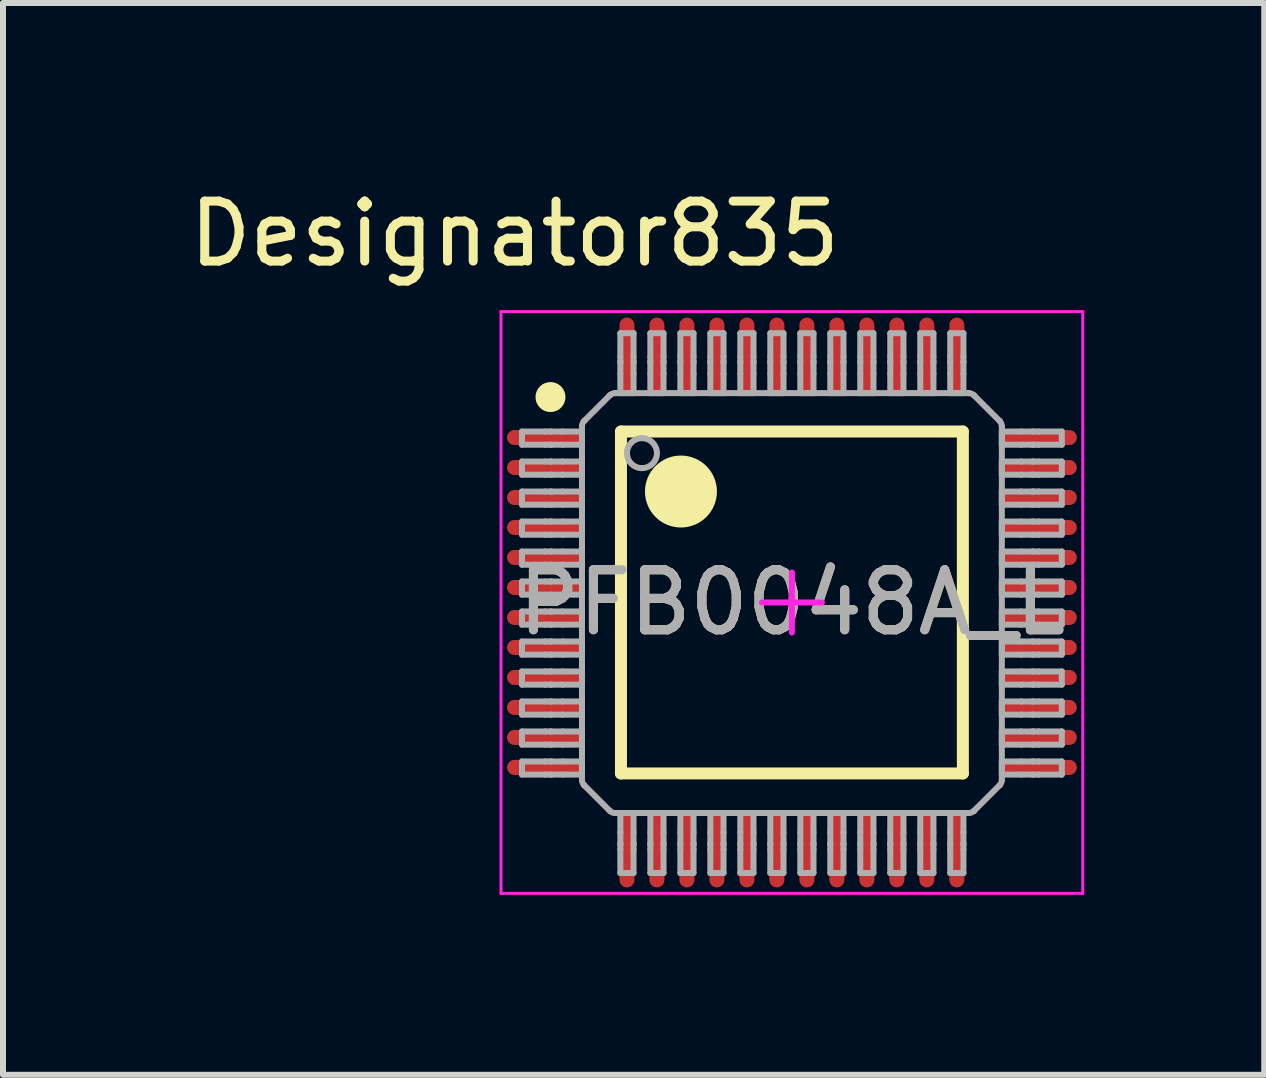
<source format=kicad_pcb>
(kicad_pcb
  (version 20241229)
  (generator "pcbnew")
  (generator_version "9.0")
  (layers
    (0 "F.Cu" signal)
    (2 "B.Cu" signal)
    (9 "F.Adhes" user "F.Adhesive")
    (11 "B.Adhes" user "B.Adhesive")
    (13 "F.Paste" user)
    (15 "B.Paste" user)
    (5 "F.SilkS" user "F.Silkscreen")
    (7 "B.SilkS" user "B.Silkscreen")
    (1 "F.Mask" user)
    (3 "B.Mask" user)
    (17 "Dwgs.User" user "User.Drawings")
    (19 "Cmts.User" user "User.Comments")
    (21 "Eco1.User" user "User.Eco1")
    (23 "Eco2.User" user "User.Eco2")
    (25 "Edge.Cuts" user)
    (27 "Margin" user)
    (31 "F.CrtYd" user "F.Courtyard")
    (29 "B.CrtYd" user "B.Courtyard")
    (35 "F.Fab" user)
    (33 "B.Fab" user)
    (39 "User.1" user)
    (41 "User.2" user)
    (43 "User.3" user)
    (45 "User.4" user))
  (footprint "PFB0048A_L"
    (layer "F.Cu")
    (at 10.153 6.995)
    (property "Reference" "PFB0048A_L" (at 0 0 0) (unlocked yes) (layer "F.SilkS") (effects (font (size 1 1) (thickness 0.15))))
    (attr smd)
    (fp_line (start -2.85 -2.85) (end 2.85 -2.85) (stroke (width 0.2) (type solid)) (layer "F.SilkS"))
    (fp_line (start -2.85 2.85) (end -2.85 -2.85) (stroke (width 0.2) (type solid)) (layer "F.SilkS"))
    (fp_line (start -2.85 2.85) (end 2.85 2.85) (stroke (width 0.2) (type solid)) (layer "F.SilkS"))
    (fp_line (start 2.85 2.85) (end 2.85 -2.85) (stroke (width 0.2) (type solid)) (layer "F.SilkS"))
    (fp_circle (center -4.025 -3.425) (end -3.9 -3.425) (stroke (width 0.25) (type solid)) (fill no) (layer "F.SilkS"))
    (fp_circle (center -1.85 -1.85) (end -1.55 -1.85) (stroke (width 0.6) (type solid)) (fill no) (layer "F.SilkS"))
    (fp_line (start -4.85 -4.85) (end 4.85 -4.85) (stroke (width 0.05) (type solid)) (layer "F.CrtYd"))
    (fp_line (start -4.85 4.85) (end -4.85 -4.85) (stroke (width 0.05) (type solid)) (layer "F.CrtYd"))
    (fp_line (start -4.85 4.85) (end 4.85 4.85) (stroke (width 0.05) (type solid)) (layer "F.CrtYd"))
    (fp_line (start -0.5 0.000003) (end 0.5 0.000003) (stroke (width 0.1) (type solid)) (layer "F.CrtYd"))
    (fp_line (start 0 0.5) (end 0 -0.5) (stroke (width 0.1) (type solid)) (layer "F.CrtYd"))
    (fp_line (start 4.85 4.85) (end 4.85 -4.85) (stroke (width 0.05) (type solid)) (layer "F.CrtYd"))
    (fp_line (start -4.5 -2.85) (end -4.11 -2.85) (stroke (width 0.1) (type solid)) (layer "F.Fab"))
    (fp_line (start -4.5 -2.63) (end -4.5 -2.85) (stroke (width 0.1) (type solid)) (layer "F.Fab"))
    (fp_line (start -4.5 -2.63) (end -4.11 -2.63) (stroke (width 0.1) (type solid)) (layer "F.Fab"))
    (fp_line (start -4.5 -2.35) (end -4.11 -2.35) (stroke (width 0.1) (type solid)) (layer "F.Fab"))
    (fp_line (start -4.5 -2.13) (end -4.5 -2.35) (stroke (width 0.1) (type solid)) (layer "F.Fab"))
    (fp_line (start -4.5 -2.13) (end -4.11 -2.13) (stroke (width 0.1) (type solid)) (layer "F.Fab"))
    (fp_line (start -4.5 -1.85) (end -4.11 -1.85) (stroke (width 0.1) (type solid)) (layer "F.Fab"))
    (fp_line (start -4.5 -1.63) (end -4.5 -1.85) (stroke (width 0.1) (type solid)) (layer "F.Fab"))
    (fp_line (start -4.5 -1.63) (end -4.11 -1.63) (stroke (width 0.1) (type solid)) (layer "F.Fab"))
    (fp_line (start -4.5 -1.35) (end -4.11 -1.35) (stroke (width 0.1) (type solid)) (layer "F.Fab"))
    (fp_line (start -4.5 -1.13) (end -4.5 -1.35) (stroke (width 0.1) (type solid)) (layer "F.Fab"))
    (fp_line (start -4.5 -1.13) (end -4.11 -1.13) (stroke (width 0.1) (type solid)) (layer "F.Fab"))
    (fp_line (start -4.5 -0.85) (end -4.11 -0.85) (stroke (width 0.1) (type solid)) (layer "F.Fab"))
    (fp_line (start -4.5 -0.63) (end -4.5 -0.85) (stroke (width 0.1) (type solid)) (layer "F.Fab"))
    (fp_line (start -4.5 -0.63) (end -4.11 -0.63) (stroke (width 0.1) (type solid)) (layer "F.Fab"))
    (fp_line (start -4.5 -0.35) (end -4.11 -0.35) (stroke (width 0.1) (type solid)) (layer "F.Fab"))
    (fp_line (start -4.5 -0.13) (end -4.5 -0.35) (stroke (width 0.1) (type solid)) (layer "F.Fab"))
    (fp_line (start -4.5 -0.13) (end -4.11 -0.13) (stroke (width 0.1) (type solid)) (layer "F.Fab"))
    (fp_line (start -4.5 0.15) (end -4.11 0.15) (stroke (width 0.1) (type solid)) (layer "F.Fab"))
    (fp_line (start -4.5 0.37) (end -4.5 0.15) (stroke (width 0.1) (type solid)) (layer "F.Fab"))
    (fp_line (start -4.5 0.37) (end -4.11 0.37) (stroke (width 0.1) (type solid)) (layer "F.Fab"))
    (fp_line (start -4.5 0.65) (end -4.11 0.65) (stroke (width 0.1) (type solid)) (layer "F.Fab"))
    (fp_line (start -4.5 0.87) (end -4.5 0.65) (stroke (width 0.1) (type solid)) (layer "F.Fab"))
    (fp_line (start -4.5 0.87) (end -4.11 0.87) (stroke (width 0.1) (type solid)) (layer "F.Fab"))
    (fp_line (start -4.5 1.15) (end -4.11 1.15) (stroke (width 0.1) (type solid)) (layer "F.Fab"))
    (fp_line (start -4.5 1.37) (end -4.5 1.15) (stroke (width 0.1) (type solid)) (layer "F.Fab"))
    (fp_line (start -4.5 1.37) (end -4.11 1.37) (stroke (width 0.1) (type solid)) (layer "F.Fab"))
    (fp_line (start -4.5 1.65) (end -4.11 1.65) (stroke (width 0.1) (type solid)) (layer "F.Fab"))
    (fp_line (start -4.5 1.87) (end -4.5 1.65) (stroke (width 0.1) (type solid)) (layer "F.Fab"))
    (fp_line (start -4.5 1.87) (end -4.11 1.87) (stroke (width 0.1) (type solid)) (layer "F.Fab"))
    (fp_line (start -4.5 2.15) (end -4.11 2.15) (stroke (width 0.1) (type solid)) (layer "F.Fab"))
    (fp_line (start -4.5 2.37) (end -4.5 2.15) (stroke (width 0.1) (type solid)) (layer "F.Fab"))
    (fp_line (start -4.5 2.37) (end -4.11 2.37) (stroke (width 0.1) (type solid)) (layer "F.Fab"))
    (fp_line (start -4.5 2.65) (end -4.11 2.65) (stroke (width 0.1) (type solid)) (layer "F.Fab"))
    (fp_line (start -4.5 2.87) (end -4.5 2.65) (stroke (width 0.1) (type solid)) (layer "F.Fab"))
    (fp_line (start -4.5 2.87) (end -4.11 2.87) (stroke (width 0.1) (type solid)) (layer "F.Fab"))
    (fp_line (start -4.11 -2.85) (end -4.03 -2.85) (stroke (width 0.1) (type solid)) (layer "F.Fab"))
    (fp_line (start -4.11 -2.63) (end -4.03 -2.63) (stroke (width 0.1) (type solid)) (layer "F.Fab"))
    (fp_line (start -4.11 -2.35) (end -4.03 -2.35) (stroke (width 0.1) (type solid)) (layer "F.Fab"))
    (fp_line (start -4.11 -2.13) (end -4.03 -2.13) (stroke (width 0.1) (type solid)) (layer "F.Fab"))
    (fp_line (start -4.11 -1.85) (end -4.03 -1.85) (stroke (width 0.1) (type solid)) (layer "F.Fab"))
    (fp_line (start -4.11 -1.63) (end -4.03 -1.63) (stroke (width 0.1) (type solid)) (layer "F.Fab"))
    (fp_line (start -4.11 -1.35) (end -4.03 -1.35) (stroke (width 0.1) (type solid)) (layer "F.Fab"))
    (fp_line (start -4.11 -1.13) (end -4.03 -1.13) (stroke (width 0.1) (type solid)) (layer "F.Fab"))
    (fp_line (start -4.11 -0.85) (end -4.03 -0.85) (stroke (width 0.1) (type solid)) (layer "F.Fab"))
    (fp_line (start -4.11 -0.63) (end -4.03 -0.63) (stroke (width 0.1) (type solid)) (layer "F.Fab"))
    (fp_line (start -4.11 -0.35) (end -4.03 -0.35) (stroke (width 0.1) (type solid)) (layer "F.Fab"))
    (fp_line (start -4.11 -0.13) (end -4.03 -0.13) (stroke (width 0.1) (type solid)) (layer "F.Fab"))
    (fp_line (start -4.11 0.15) (end -4.03 0.15) (stroke (width 0.1) (type solid)) (layer "F.Fab"))
    (fp_line (start -4.11 0.37) (end -4.03 0.37) (stroke (width 0.1) (type solid)) (layer "F.Fab"))
    (fp_line (start -4.11 0.65) (end -4.03 0.65) (stroke (width 0.1) (type solid)) (layer "F.Fab"))
    (fp_line (start -4.11 0.87) (end -4.03 0.87) (stroke (width 0.1) (type solid)) (layer "F.Fab"))
    (fp_line (start -4.11 1.15) (end -4.03 1.15) (stroke (width 0.1) (type solid)) (layer "F.Fab"))
    (fp_line (start -4.11 1.37) (end -4.03 1.37) (stroke (width 0.1) (type solid)) (layer "F.Fab"))
    (fp_line (start -4.11 1.65) (end -4.03 1.65) (stroke (width 0.1) (type solid)) (layer "F.Fab"))
    (fp_line (start -4.11 1.87) (end -4.03 1.87) (stroke (width 0.1) (type solid)) (layer "F.Fab"))
    (fp_line (start -4.11 2.15) (end -4.03 2.15) (stroke (width 0.1) (type solid)) (layer "F.Fab"))
    (fp_line (start -4.11 2.37) (end -4.03 2.37) (stroke (width 0.1) (type solid)) (layer "F.Fab"))
    (fp_line (start -4.11 2.65) (end -4.03 2.65) (stroke (width 0.1) (type solid)) (layer "F.Fab"))
    (fp_line (start -4.11 2.87) (end -4.03 2.87) (stroke (width 0.1) (type solid)) (layer "F.Fab"))
    (fp_line (start -4.03 -2.85) (end -4.008 -2.85) (stroke (width 0.1) (type solid)) (layer "F.Fab"))
    (fp_line (start -4.03 -2.63) (end -4.008 -2.63) (stroke (width 0.1) (type solid)) (layer "F.Fab"))
    (fp_line (start -4.03 -2.35) (end -4.008 -2.35) (stroke (width 0.1) (type solid)) (layer "F.Fab"))
    (fp_line (start -4.03 -2.13) (end -4.008 -2.13) (stroke (width 0.1) (type solid)) (layer "F.Fab"))
    (fp_line (start -4.03 -1.85) (end -4.008 -1.85) (stroke (width 0.1) (type solid)) (layer "F.Fab"))
    (fp_line (start -4.03 -1.63) (end -4.008 -1.63) (stroke (width 0.1) (type solid)) (layer "F.Fab"))
    (fp_line (start -4.03 -1.35) (end -4.008 -1.35) (stroke (width 0.1) (type solid)) (layer "F.Fab"))
    (fp_line (start -4.03 -1.13) (end -4.008 -1.13) (stroke (width 0.1) (type solid)) (layer "F.Fab"))
    (fp_line (start -4.03 -0.85) (end -4.008 -0.85) (stroke (width 0.1) (type solid)) (layer "F.Fab"))
    (fp_line (start -4.03 -0.63) (end -4.008 -0.63) (stroke (width 0.1) (type solid)) (layer "F.Fab"))
    (fp_line (start -4.03 -0.35) (end -4.008 -0.35) (stroke (width 0.1) (type solid)) (layer "F.Fab"))
    (fp_line (start -4.03 -0.13) (end -4.008 -0.13) (stroke (width 0.1) (type solid)) (layer "F.Fab"))
    (fp_line (start -4.03 0.15) (end -4.008 0.15) (stroke (width 0.1) (type solid)) (layer "F.Fab"))
    (fp_line (start -4.03 0.37) (end -4.008 0.37) (stroke (width 0.1) (type solid)) (layer "F.Fab"))
    (fp_line (start -4.03 0.65) (end -4.008 0.65) (stroke (width 0.1) (type solid)) (layer "F.Fab"))
    (fp_line (start -4.03 0.87) (end -4.008 0.87) (stroke (width 0.1) (type solid)) (layer "F.Fab"))
    (fp_line (start -4.03 1.15) (end -4.008 1.15) (stroke (width 0.1) (type solid)) (layer "F.Fab"))
    (fp_line (start -4.03 1.37) (end -4.008 1.37) (stroke (width 0.1) (type solid)) (layer "F.Fab"))
    (fp_line (start -4.03 1.65) (end -4.008 1.65) (stroke (width 0.1) (type solid)) (layer "F.Fab"))
    (fp_line (start -4.03 1.87) (end -4.008 1.87) (stroke (width 0.1) (type solid)) (layer "F.Fab"))
    (fp_line (start -4.03 2.15) (end -4.008 2.15) (stroke (width 0.1) (type solid)) (layer "F.Fab"))
    (fp_line (start -4.03 2.37) (end -4.008 2.37) (stroke (width 0.1) (type solid)) (layer "F.Fab"))
    (fp_line (start -4.03 2.65) (end -4.008 2.65) (stroke (width 0.1) (type solid)) (layer "F.Fab"))
    (fp_line (start -4.03 2.87) (end -4.008 2.87) (stroke (width 0.1) (type solid)) (layer "F.Fab"))
    (fp_line (start -4.008 -2.85) (end -3.823 -2.85) (stroke (width 0.1) (type solid)) (layer "F.Fab"))
    (fp_line (start -4.008 -2.63) (end -3.823 -2.63) (stroke (width 0.1) (type solid)) (layer "F.Fab"))
    (fp_line (start -4.008 -2.35) (end -3.823 -2.35) (stroke (width 0.1) (type solid)) (layer "F.Fab"))
    (fp_line (start -4.008 -2.13) (end -3.823 -2.13) (stroke (width 0.1) (type solid)) (layer "F.Fab"))
    (fp_line (start -4.008 -1.85) (end -3.823 -1.85) (stroke (width 0.1) (type solid)) (layer "F.Fab"))
    (fp_line (start -4.008 -1.63) (end -3.823 -1.63) (stroke (width 0.1) (type solid)) (layer "F.Fab"))
    (fp_line (start -4.008 -1.35) (end -3.823 -1.35) (stroke (width 0.1) (type solid)) (layer "F.Fab"))
    (fp_line (start -4.008 -1.13) (end -3.823 -1.13) (stroke (width 0.1) (type solid)) (layer "F.Fab"))
    (fp_line (start -4.008 -0.85) (end -3.823 -0.85) (stroke (width 0.1) (type solid)) (layer "F.Fab"))
    (fp_line (start -4.008 -0.63) (end -3.823 -0.63) (stroke (width 0.1) (type solid)) (layer "F.Fab"))
    (fp_line (start -4.008 -0.35) (end -3.823 -0.35) (stroke (width 0.1) (type solid)) (layer "F.Fab"))
    (fp_line (start -4.008 -0.13) (end -3.823 -0.13) (stroke (width 0.1) (type solid)) (layer "F.Fab"))
    (fp_line (start -4.008 0.15) (end -3.823 0.15) (stroke (width 0.1) (type solid)) (layer "F.Fab"))
    (fp_line (start -4.008 0.37) (end -3.823 0.37) (stroke (width 0.1) (type solid)) (layer "F.Fab"))
    (fp_line (start -4.008 0.65) (end -3.823 0.65) (stroke (width 0.1) (type solid)) (layer "F.Fab"))
    (fp_line (start -4.008 0.87) (end -3.823 0.87) (stroke (width 0.1) (type solid)) (layer "F.Fab"))
    (fp_line (start -4.008 1.15) (end -3.823 1.15) (stroke (width 0.1) (type solid)) (layer "F.Fab"))
    (fp_line (start -4.008 1.37) (end -3.823 1.37) (stroke (width 0.1) (type solid)) (layer "F.Fab"))
    (fp_line (start -4.008 1.65) (end -3.823 1.65) (stroke (width 0.1) (type solid)) (layer "F.Fab"))
    (fp_line (start -4.008 1.87) (end -3.823 1.87) (stroke (width 0.1) (type solid)) (layer "F.Fab"))
    (fp_line (start -4.008 2.15) (end -3.823 2.15) (stroke (width 0.1) (type solid)) (layer "F.Fab"))
    (fp_line (start -4.008 2.37) (end -3.823 2.37) (stroke (width 0.1) (type solid)) (layer "F.Fab"))
    (fp_line (start -4.008 2.65) (end -3.823 2.65) (stroke (width 0.1) (type solid)) (layer "F.Fab"))
    (fp_line (start -4.008 2.87) (end -3.823 2.87) (stroke (width 0.1) (type solid)) (layer "F.Fab"))
    (fp_line (start -3.823 -2.85) (end -3.5 -2.85) (stroke (width 0.1) (type solid)) (layer "F.Fab"))
    (fp_line (start -3.823 -2.63) (end -3.5 -2.63) (stroke (width 0.1) (type solid)) (layer "F.Fab"))
    (fp_line (start -3.823 -2.35) (end -3.5 -2.35) (stroke (width 0.1) (type solid)) (layer "F.Fab"))
    (fp_line (start -3.823 -2.13) (end -3.5 -2.13) (stroke (width 0.1) (type solid)) (layer "F.Fab"))
    (fp_line (start -3.823 -1.85) (end -3.5 -1.85) (stroke (width 0.1) (type solid)) (layer "F.Fab"))
    (fp_line (start -3.823 -1.63) (end -3.5 -1.63) (stroke (width 0.1) (type solid)) (layer "F.Fab"))
    (fp_line (start -3.823 -1.35) (end -3.5 -1.35) (stroke (width 0.1) (type solid)) (layer "F.Fab"))
    (fp_line (start -3.823 -1.13) (end -3.5 -1.13) (stroke (width 0.1) (type solid)) (layer "F.Fab"))
    (fp_line (start -3.823 -0.85) (end -3.5 -0.85) (stroke (width 0.1) (type solid)) (layer "F.Fab"))
    (fp_line (start -3.823 -0.63) (end -3.5 -0.63) (stroke (width 0.1) (type solid)) (layer "F.Fab"))
    (fp_line (start -3.823 -0.35) (end -3.5 -0.35) (stroke (width 0.1) (type solid)) (layer "F.Fab"))
    (fp_line (start -3.823 -0.13) (end -3.5 -0.13) (stroke (width 0.1) (type solid)) (layer "F.Fab"))
    (fp_line (start -3.823 0.15) (end -3.5 0.15) (stroke (width 0.1) (type solid)) (layer "F.Fab"))
    (fp_line (start -3.823 0.37) (end -3.5 0.37) (stroke (width 0.1) (type solid)) (layer "F.Fab"))
    (fp_line (start -3.823 0.65) (end -3.5 0.65) (stroke (width 0.1) (type solid)) (layer "F.Fab"))
    (fp_line (start -3.823 0.87) (end -3.5 0.87) (stroke (width 0.1) (type solid)) (layer "F.Fab"))
    (fp_line (start -3.823 1.15) (end -3.5 1.15) (stroke (width 0.1) (type solid)) (layer "F.Fab"))
    (fp_line (start -3.823 1.37) (end -3.5 1.37) (stroke (width 0.1) (type solid)) (layer "F.Fab"))
    (fp_line (start -3.823 1.65) (end -3.5 1.65) (stroke (width 0.1) (type solid)) (layer "F.Fab"))
    (fp_line (start -3.823 1.87) (end -3.5 1.87) (stroke (width 0.1) (type solid)) (layer "F.Fab"))
    (fp_line (start -3.823 2.15) (end -3.5 2.15) (stroke (width 0.1) (type solid)) (layer "F.Fab"))
    (fp_line (start -3.823 2.37) (end -3.5 2.37) (stroke (width 0.1) (type solid)) (layer "F.Fab"))
    (fp_line (start -3.823 2.65) (end -3.5 2.65) (stroke (width 0.1) (type solid)) (layer "F.Fab"))
    (fp_line (start -3.823 2.87) (end -3.5 2.87) (stroke (width 0.1) (type solid)) (layer "F.Fab"))
    (fp_line (start -3.5 -2.937) (end -3.5 -2.939) (stroke (width 0.1) (type solid)) (layer "F.Fab"))
    (fp_line (start -3.5 -2.63) (end -3.5 -2.85) (stroke (width 0.1) (type solid)) (layer "F.Fab"))
    (fp_line (start -3.5 -2.13) (end -3.5 -2.35) (stroke (width 0.1) (type solid)) (layer "F.Fab"))
    (fp_line (start -3.5 -1.63) (end -3.5 -1.85) (stroke (width 0.1) (type solid)) (layer "F.Fab"))
    (fp_line (start -3.5 -1.13) (end -3.5 -1.35) (stroke (width 0.1) (type solid)) (layer "F.Fab"))
    (fp_line (start -3.5 -0.63) (end -3.5 -0.85) (stroke (width 0.1) (type solid)) (layer "F.Fab"))
    (fp_line (start -3.5 -0.13) (end -3.5 -0.35) (stroke (width 0.1) (type solid)) (layer "F.Fab"))
    (fp_line (start -3.5 0.37) (end -3.5 0.15) (stroke (width 0.1) (type solid)) (layer "F.Fab"))
    (fp_line (start -3.5 0.87) (end -3.5 0.65) (stroke (width 0.1) (type solid)) (layer "F.Fab"))
    (fp_line (start -3.5 1.37) (end -3.5 1.15) (stroke (width 0.1) (type solid)) (layer "F.Fab"))
    (fp_line (start -3.5 1.87) (end -3.5 1.65) (stroke (width 0.1) (type solid)) (layer "F.Fab"))
    (fp_line (start -3.5 2.37) (end -3.5 2.15) (stroke (width 0.1) (type solid)) (layer "F.Fab"))
    (fp_line (start -3.5 2.87) (end -3.5 2.65) (stroke (width 0.1) (type solid)) (layer "F.Fab"))
    (fp_line (start -3.5 2.957) (end -3.5 -2.937) (stroke (width 0.1) (type solid)) (layer "F.Fab"))
    (fp_line (start -3.5 2.957) (end -3.5 2.959) (stroke (width 0.1) (type solid)) (layer "F.Fab"))
    (fp_line (start -3.464 -3.026) (end -3.463 -3.027) (stroke (width 0.1) (type solid)) (layer "F.Fab"))
    (fp_line (start -3.464 3.046) (end -3.463 3.047) (stroke (width 0.1) (type solid)) (layer "F.Fab"))
    (fp_line (start -3.463 -3.027) (end -3.037 -3.453) (stroke (width 0.1) (type solid)) (layer "F.Fab"))
    (fp_line (start -3.463 3.047) (end -3.037 3.473) (stroke (width 0.1) (type solid)) (layer "F.Fab"))
    (fp_line (start -3.037 -3.453) (end -3.036 -3.454) (stroke (width 0.1) (type solid)) (layer "F.Fab"))
    (fp_line (start -3.037 3.473) (end -3.036 3.474) (stroke (width 0.1) (type solid)) (layer "F.Fab"))
    (fp_line (start -2.949 -3.49) (end -2.947 -3.49) (stroke (width 0.1) (type solid)) (layer "F.Fab"))
    (fp_line (start -2.949 3.51) (end -2.947 3.51) (stroke (width 0.1) (type solid)) (layer "F.Fab"))
    (fp_line (start -2.947 -3.49) (end 2.947 -3.49) (stroke (width 0.1) (type solid)) (layer "F.Fab"))
    (fp_line (start -2.947 3.51) (end 2.947 3.51) (stroke (width 0.1) (type solid)) (layer "F.Fab"))
    (fp_line (start -2.86 -4.49) (end -2.64 -4.49) (stroke (width 0.1) (type solid)) (layer "F.Fab"))
    (fp_line (start -2.86 -4.1) (end -2.86 -4.49) (stroke (width 0.1) (type solid)) (layer "F.Fab"))
    (fp_line (start -2.86 -4.02) (end -2.86 -4.1) (stroke (width 0.1) (type solid)) (layer "F.Fab"))
    (fp_line (start -2.86 -3.998) (end -2.86 -4.02) (stroke (width 0.1) (type solid)) (layer "F.Fab"))
    (fp_line (start -2.86 -3.813) (end -2.86 -3.998) (stroke (width 0.1) (type solid)) (layer "F.Fab"))
    (fp_line (start -2.86 -3.49) (end -2.86 -3.813) (stroke (width 0.1) (type solid)) (layer "F.Fab"))
    (fp_line (start -2.86 -3.49) (end -2.64 -3.49) (stroke (width 0.1) (type solid)) (layer "F.Fab"))
    (fp_line (start -2.86 3.51) (end -2.64 3.51) (stroke (width 0.1) (type solid)) (layer "F.Fab"))
    (fp_line (start -2.86 3.833) (end -2.86 3.51) (stroke (width 0.1) (type solid)) (layer "F.Fab"))
    (fp_line (start -2.86 4.018) (end -2.86 3.833) (stroke (width 0.1) (type solid)) (layer "F.Fab"))
    (fp_line (start -2.86 4.04) (end -2.86 4.018) (stroke (width 0.1) (type solid)) (layer "F.Fab"))
    (fp_line (start -2.86 4.12) (end -2.86 4.04) (stroke (width 0.1) (type solid)) (layer "F.Fab"))
    (fp_line (start -2.86 4.51) (end -2.86 4.12) (stroke (width 0.1) (type solid)) (layer "F.Fab"))
    (fp_line (start -2.86 4.51) (end -2.64 4.51) (stroke (width 0.1) (type solid)) (layer "F.Fab"))
    (fp_line (start -2.64 -4.1) (end -2.64 -4.49) (stroke (width 0.1) (type solid)) (layer "F.Fab"))
    (fp_line (start -2.64 -4.02) (end -2.64 -4.1) (stroke (width 0.1) (type solid)) (layer "F.Fab"))
    (fp_line (start -2.64 -3.998) (end -2.64 -4.02) (stroke (width 0.1) (type solid)) (layer "F.Fab"))
    (fp_line (start -2.64 -3.813) (end -2.64 -3.998) (stroke (width 0.1) (type solid)) (layer "F.Fab"))
    (fp_line (start -2.64 -3.49) (end -2.64 -3.813) (stroke (width 0.1) (type solid)) (layer "F.Fab"))
    (fp_line (start -2.64 3.833) (end -2.64 3.51) (stroke (width 0.1) (type solid)) (layer "F.Fab"))
    (fp_line (start -2.64 4.018) (end -2.64 3.833) (stroke (width 0.1) (type solid)) (layer "F.Fab"))
    (fp_line (start -2.64 4.04) (end -2.64 4.018) (stroke (width 0.1) (type solid)) (layer "F.Fab"))
    (fp_line (start -2.64 4.12) (end -2.64 4.04) (stroke (width 0.1) (type solid)) (layer "F.Fab"))
    (fp_line (start -2.64 4.51) (end -2.64 4.12) (stroke (width 0.1) (type solid)) (layer "F.Fab"))
    (fp_line (start -2.36 -4.49) (end -2.14 -4.49) (stroke (width 0.1) (type solid)) (layer "F.Fab"))
    (fp_line (start -2.36 -4.1) (end -2.36 -4.49) (stroke (width 0.1) (type solid)) (layer "F.Fab"))
    (fp_line (start -2.36 -4.02) (end -2.36 -4.1) (stroke (width 0.1) (type solid)) (layer "F.Fab"))
    (fp_line (start -2.36 -3.998) (end -2.36 -4.02) (stroke (width 0.1) (type solid)) (layer "F.Fab"))
    (fp_line (start -2.36 -3.813) (end -2.36 -3.998) (stroke (width 0.1) (type solid)) (layer "F.Fab"))
    (fp_line (start -2.36 -3.49) (end -2.36 -3.813) (stroke (width 0.1) (type solid)) (layer "F.Fab"))
    (fp_line (start -2.36 -3.49) (end -2.14 -3.49) (stroke (width 0.1) (type solid)) (layer "F.Fab"))
    (fp_line (start -2.36 3.51) (end -2.14 3.51) (stroke (width 0.1) (type solid)) (layer "F.Fab"))
    (fp_line (start -2.36 3.833) (end -2.36 3.51) (stroke (width 0.1) (type solid)) (layer "F.Fab"))
    (fp_line (start -2.36 4.018) (end -2.36 3.833) (stroke (width 0.1) (type solid)) (layer "F.Fab"))
    (fp_line (start -2.36 4.04) (end -2.36 4.018) (stroke (width 0.1) (type solid)) (layer "F.Fab"))
    (fp_line (start -2.36 4.12) (end -2.36 4.04) (stroke (width 0.1) (type solid)) (layer "F.Fab"))
    (fp_line (start -2.36 4.51) (end -2.36 4.12) (stroke (width 0.1) (type solid)) (layer "F.Fab"))
    (fp_line (start -2.36 4.51) (end -2.14 4.51) (stroke (width 0.1) (type solid)) (layer "F.Fab"))
    (fp_line (start -2.14 -4.1) (end -2.14 -4.49) (stroke (width 0.1) (type solid)) (layer "F.Fab"))
    (fp_line (start -2.14 -4.02) (end -2.14 -4.1) (stroke (width 0.1) (type solid)) (layer "F.Fab"))
    (fp_line (start -2.14 -3.998) (end -2.14 -4.02) (stroke (width 0.1) (type solid)) (layer "F.Fab"))
    (fp_line (start -2.14 -3.813) (end -2.14 -3.998) (stroke (width 0.1) (type solid)) (layer "F.Fab"))
    (fp_line (start -2.14 -3.49) (end -2.14 -3.813) (stroke (width 0.1) (type solid)) (layer "F.Fab"))
    (fp_line (start -2.14 3.833) (end -2.14 3.51) (stroke (width 0.1) (type solid)) (layer "F.Fab"))
    (fp_line (start -2.14 4.018) (end -2.14 3.833) (stroke (width 0.1) (type solid)) (layer "F.Fab"))
    (fp_line (start -2.14 4.04) (end -2.14 4.018) (stroke (width 0.1) (type solid)) (layer "F.Fab"))
    (fp_line (start -2.14 4.12) (end -2.14 4.04) (stroke (width 0.1) (type solid)) (layer "F.Fab"))
    (fp_line (start -2.14 4.51) (end -2.14 4.12) (stroke (width 0.1) (type solid)) (layer "F.Fab"))
    (fp_line (start -1.86 -4.49) (end -1.64 -4.49) (stroke (width 0.1) (type solid)) (layer "F.Fab"))
    (fp_line (start -1.86 -4.1) (end -1.86 -4.49) (stroke (width 0.1) (type solid)) (layer "F.Fab"))
    (fp_line (start -1.86 -4.02) (end -1.86 -4.1) (stroke (width 0.1) (type solid)) (layer "F.Fab"))
    (fp_line (start -1.86 -3.998) (end -1.86 -4.02) (stroke (width 0.1) (type solid)) (layer "F.Fab"))
    (fp_line (start -1.86 -3.813) (end -1.86 -3.998) (stroke (width 0.1) (type solid)) (layer "F.Fab"))
    (fp_line (start -1.86 -3.49) (end -1.86 -3.813) (stroke (width 0.1) (type solid)) (layer "F.Fab"))
    (fp_line (start -1.86 -3.49) (end -1.64 -3.49) (stroke (width 0.1) (type solid)) (layer "F.Fab"))
    (fp_line (start -1.86 3.51) (end -1.64 3.51) (stroke (width 0.1) (type solid)) (layer "F.Fab"))
    (fp_line (start -1.86 3.833) (end -1.86 3.51) (stroke (width 0.1) (type solid)) (layer "F.Fab"))
    (fp_line (start -1.86 4.018) (end -1.86 3.833) (stroke (width 0.1) (type solid)) (layer "F.Fab"))
    (fp_line (start -1.86 4.04) (end -1.86 4.018) (stroke (width 0.1) (type solid)) (layer "F.Fab"))
    (fp_line (start -1.86 4.12) (end -1.86 4.04) (stroke (width 0.1) (type solid)) (layer "F.Fab"))
    (fp_line (start -1.86 4.51) (end -1.86 4.12) (stroke (width 0.1) (type solid)) (layer "F.Fab"))
    (fp_line (start -1.86 4.51) (end -1.64 4.51) (stroke (width 0.1) (type solid)) (layer "F.Fab"))
    (fp_line (start -1.64 -4.1) (end -1.64 -4.49) (stroke (width 0.1) (type solid)) (layer "F.Fab"))
    (fp_line (start -1.64 -4.02) (end -1.64 -4.1) (stroke (width 0.1) (type solid)) (layer "F.Fab"))
    (fp_line (start -1.64 -3.998) (end -1.64 -4.02) (stroke (width 0.1) (type solid)) (layer "F.Fab"))
    (fp_line (start -1.64 -3.813) (end -1.64 -3.998) (stroke (width 0.1) (type solid)) (layer "F.Fab"))
    (fp_line (start -1.64 -3.49) (end -1.64 -3.813) (stroke (width 0.1) (type solid)) (layer "F.Fab"))
    (fp_line (start -1.64 3.833) (end -1.64 3.51) (stroke (width 0.1) (type solid)) (layer "F.Fab"))
    (fp_line (start -1.64 4.018) (end -1.64 3.833) (stroke (width 0.1) (type solid)) (layer "F.Fab"))
    (fp_line (start -1.64 4.04) (end -1.64 4.018) (stroke (width 0.1) (type solid)) (layer "F.Fab"))
    (fp_line (start -1.64 4.12) (end -1.64 4.04) (stroke (width 0.1) (type solid)) (layer "F.Fab"))
    (fp_line (start -1.64 4.51) (end -1.64 4.12) (stroke (width 0.1) (type solid)) (layer "F.Fab"))
    (fp_line (start -1.36 -4.49) (end -1.14 -4.49) (stroke (width 0.1) (type solid)) (layer "F.Fab"))
    (fp_line (start -1.36 -4.1) (end -1.36 -4.49) (stroke (width 0.1) (type solid)) (layer "F.Fab"))
    (fp_line (start -1.36 -4.02) (end -1.36 -4.1) (stroke (width 0.1) (type solid)) (layer "F.Fab"))
    (fp_line (start -1.36 -3.998) (end -1.36 -4.02) (stroke (width 0.1) (type solid)) (layer "F.Fab"))
    (fp_line (start -1.36 -3.813) (end -1.36 -3.998) (stroke (width 0.1) (type solid)) (layer "F.Fab"))
    (fp_line (start -1.36 -3.49) (end -1.36 -3.813) (stroke (width 0.1) (type solid)) (layer "F.Fab"))
    (fp_line (start -1.36 -3.49) (end -1.14 -3.49) (stroke (width 0.1) (type solid)) (layer "F.Fab"))
    (fp_line (start -1.36 3.51) (end -1.14 3.51) (stroke (width 0.1) (type solid)) (layer "F.Fab"))
    (fp_line (start -1.36 3.833) (end -1.36 3.51) (stroke (width 0.1) (type solid)) (layer "F.Fab"))
    (fp_line (start -1.36 4.018) (end -1.36 3.833) (stroke (width 0.1) (type solid)) (layer "F.Fab"))
    (fp_line (start -1.36 4.04) (end -1.36 4.018) (stroke (width 0.1) (type solid)) (layer "F.Fab"))
    (fp_line (start -1.36 4.12) (end -1.36 4.04) (stroke (width 0.1) (type solid)) (layer "F.Fab"))
    (fp_line (start -1.36 4.51) (end -1.36 4.12) (stroke (width 0.1) (type solid)) (layer "F.Fab"))
    (fp_line (start -1.36 4.51) (end -1.14 4.51) (stroke (width 0.1) (type solid)) (layer "F.Fab"))
    (fp_line (start -1.14 -4.1) (end -1.14 -4.49) (stroke (width 0.1) (type solid)) (layer "F.Fab"))
    (fp_line (start -1.14 -4.02) (end -1.14 -4.1) (stroke (width 0.1) (type solid)) (layer "F.Fab"))
    (fp_line (start -1.14 -3.998) (end -1.14 -4.02) (stroke (width 0.1) (type solid)) (layer "F.Fab"))
    (fp_line (start -1.14 -3.813) (end -1.14 -3.998) (stroke (width 0.1) (type solid)) (layer "F.Fab"))
    (fp_line (start -1.14 -3.49) (end -1.14 -3.813) (stroke (width 0.1) (type solid)) (layer "F.Fab"))
    (fp_line (start -1.14 3.833) (end -1.14 3.51) (stroke (width 0.1) (type solid)) (layer "F.Fab"))
    (fp_line (start -1.14 4.018) (end -1.14 3.833) (stroke (width 0.1) (type solid)) (layer "F.Fab"))
    (fp_line (start -1.14 4.04) (end -1.14 4.018) (stroke (width 0.1) (type solid)) (layer "F.Fab"))
    (fp_line (start -1.14 4.12) (end -1.14 4.04) (stroke (width 0.1) (type solid)) (layer "F.Fab"))
    (fp_line (start -1.14 4.51) (end -1.14 4.12) (stroke (width 0.1) (type solid)) (layer "F.Fab"))
    (fp_line (start -0.86 -4.49) (end -0.64 -4.49) (stroke (width 0.1) (type solid)) (layer "F.Fab"))
    (fp_line (start -0.86 -4.1) (end -0.86 -4.49) (stroke (width 0.1) (type solid)) (layer "F.Fab"))
    (fp_line (start -0.86 -4.02) (end -0.86 -4.1) (stroke (width 0.1) (type solid)) (layer "F.Fab"))
    (fp_line (start -0.86 -3.998) (end -0.86 -4.02) (stroke (width 0.1) (type solid)) (layer "F.Fab"))
    (fp_line (start -0.86 -3.813) (end -0.86 -3.998) (stroke (width 0.1) (type solid)) (layer "F.Fab"))
    (fp_line (start -0.86 -3.49) (end -0.86 -3.813) (stroke (width 0.1) (type solid)) (layer "F.Fab"))
    (fp_line (start -0.86 -3.49) (end -0.64 -3.49) (stroke (width 0.1) (type solid)) (layer "F.Fab"))
    (fp_line (start -0.86 3.51) (end -0.64 3.51) (stroke (width 0.1) (type solid)) (layer "F.Fab"))
    (fp_line (start -0.86 3.833) (end -0.86 3.51) (stroke (width 0.1) (type solid)) (layer "F.Fab"))
    (fp_line (start -0.86 4.018) (end -0.86 3.833) (stroke (width 0.1) (type solid)) (layer "F.Fab"))
    (fp_line (start -0.86 4.04) (end -0.86 4.018) (stroke (width 0.1) (type solid)) (layer "F.Fab"))
    (fp_line (start -0.86 4.12) (end -0.86 4.04) (stroke (width 0.1) (type solid)) (layer "F.Fab"))
    (fp_line (start -0.86 4.51) (end -0.86 4.12) (stroke (width 0.1) (type solid)) (layer "F.Fab"))
    (fp_line (start -0.86 4.51) (end -0.64 4.51) (stroke (width 0.1) (type solid)) (layer "F.Fab"))
    (fp_line (start -0.64 -4.1) (end -0.64 -4.49) (stroke (width 0.1) (type solid)) (layer "F.Fab"))
    (fp_line (start -0.64 -4.02) (end -0.64 -4.1) (stroke (width 0.1) (type solid)) (layer "F.Fab"))
    (fp_line (start -0.64 -3.998) (end -0.64 -4.02) (stroke (width 0.1) (type solid)) (layer "F.Fab"))
    (fp_line (start -0.64 -3.813) (end -0.64 -3.998) (stroke (width 0.1) (type solid)) (layer "F.Fab"))
    (fp_line (start -0.64 -3.49) (end -0.64 -3.813) (stroke (width 0.1) (type solid)) (layer "F.Fab"))
    (fp_line (start -0.64 3.833) (end -0.64 3.51) (stroke (width 0.1) (type solid)) (layer "F.Fab"))
    (fp_line (start -0.64 4.018) (end -0.64 3.833) (stroke (width 0.1) (type solid)) (layer "F.Fab"))
    (fp_line (start -0.64 4.04) (end -0.64 4.018) (stroke (width 0.1) (type solid)) (layer "F.Fab"))
    (fp_line (start -0.64 4.12) (end -0.64 4.04) (stroke (width 0.1) (type solid)) (layer "F.Fab"))
    (fp_line (start -0.64 4.51) (end -0.64 4.12) (stroke (width 0.1) (type solid)) (layer "F.Fab"))
    (fp_line (start -0.36 -4.49) (end -0.14 -4.49) (stroke (width 0.1) (type solid)) (layer "F.Fab"))
    (fp_line (start -0.36 -4.1) (end -0.36 -4.49) (stroke (width 0.1) (type solid)) (layer "F.Fab"))
    (fp_line (start -0.36 -4.02) (end -0.36 -4.1) (stroke (width 0.1) (type solid)) (layer "F.Fab"))
    (fp_line (start -0.36 -3.998) (end -0.36 -4.02) (stroke (width 0.1) (type solid)) (layer "F.Fab"))
    (fp_line (start -0.36 -3.813) (end -0.36 -3.998) (stroke (width 0.1) (type solid)) (layer "F.Fab"))
    (fp_line (start -0.36 -3.49) (end -0.36 -3.813) (stroke (width 0.1) (type solid)) (layer "F.Fab"))
    (fp_line (start -0.36 -3.49) (end -0.14 -3.49) (stroke (width 0.1) (type solid)) (layer "F.Fab"))
    (fp_line (start -0.36 3.51) (end -0.14 3.51) (stroke (width 0.1) (type solid)) (layer "F.Fab"))
    (fp_line (start -0.36 3.833) (end -0.36 3.51) (stroke (width 0.1) (type solid)) (layer "F.Fab"))
    (fp_line (start -0.36 4.018) (end -0.36 3.833) (stroke (width 0.1) (type solid)) (layer "F.Fab"))
    (fp_line (start -0.36 4.04) (end -0.36 4.018) (stroke (width 0.1) (type solid)) (layer "F.Fab"))
    (fp_line (start -0.36 4.12) (end -0.36 4.04) (stroke (width 0.1) (type solid)) (layer "F.Fab"))
    (fp_line (start -0.36 4.51) (end -0.36 4.12) (stroke (width 0.1) (type solid)) (layer "F.Fab"))
    (fp_line (start -0.36 4.51) (end -0.14 4.51) (stroke (width 0.1) (type solid)) (layer "F.Fab"))
    (fp_line (start -0.14 -4.1) (end -0.14 -4.49) (stroke (width 0.1) (type solid)) (layer "F.Fab"))
    (fp_line (start -0.14 -4.02) (end -0.14 -4.1) (stroke (width 0.1) (type solid)) (layer "F.Fab"))
    (fp_line (start -0.14 -3.998) (end -0.14 -4.02) (stroke (width 0.1) (type solid)) (layer "F.Fab"))
    (fp_line (start -0.14 -3.813) (end -0.14 -3.998) (stroke (width 0.1) (type solid)) (layer "F.Fab"))
    (fp_line (start -0.14 -3.49) (end -0.14 -3.813) (stroke (width 0.1) (type solid)) (layer "F.Fab"))
    (fp_line (start -0.14 3.833) (end -0.14 3.51) (stroke (width 0.1) (type solid)) (layer "F.Fab"))
    (fp_line (start -0.14 4.018) (end -0.14 3.833) (stroke (width 0.1) (type solid)) (layer "F.Fab"))
    (fp_line (start -0.14 4.04) (end -0.14 4.018) (stroke (width 0.1) (type solid)) (layer "F.Fab"))
    (fp_line (start -0.14 4.12) (end -0.14 4.04) (stroke (width 0.1) (type solid)) (layer "F.Fab"))
    (fp_line (start -0.14 4.51) (end -0.14 4.12) (stroke (width 0.1) (type solid)) (layer "F.Fab"))
    (fp_line (start 0.14 -4.49) (end 0.36 -4.49) (stroke (width 0.1) (type solid)) (layer "F.Fab"))
    (fp_line (start 0.14 -4.1) (end 0.14 -4.49) (stroke (width 0.1) (type solid)) (layer "F.Fab"))
    (fp_line (start 0.14 -4.02) (end 0.14 -4.1) (stroke (width 0.1) (type solid)) (layer "F.Fab"))
    (fp_line (start 0.14 -3.998) (end 0.14 -4.02) (stroke (width 0.1) (type solid)) (layer "F.Fab"))
    (fp_line (start 0.14 -3.813) (end 0.14 -3.998) (stroke (width 0.1) (type solid)) (layer "F.Fab"))
    (fp_line (start 0.14 -3.49) (end 0.14 -3.813) (stroke (width 0.1) (type solid)) (layer "F.Fab"))
    (fp_line (start 0.14 -3.49) (end 0.36 -3.49) (stroke (width 0.1) (type solid)) (layer "F.Fab"))
    (fp_line (start 0.14 3.51) (end 0.36 3.51) (stroke (width 0.1) (type solid)) (layer "F.Fab"))
    (fp_line (start 0.14 3.833) (end 0.14 3.51) (stroke (width 0.1) (type solid)) (layer "F.Fab"))
    (fp_line (start 0.14 4.018) (end 0.14 3.833) (stroke (width 0.1) (type solid)) (layer "F.Fab"))
    (fp_line (start 0.14 4.04) (end 0.14 4.018) (stroke (width 0.1) (type solid)) (layer "F.Fab"))
    (fp_line (start 0.14 4.12) (end 0.14 4.04) (stroke (width 0.1) (type solid)) (layer "F.Fab"))
    (fp_line (start 0.14 4.51) (end 0.14 4.12) (stroke (width 0.1) (type solid)) (layer "F.Fab"))
    (fp_line (start 0.14 4.51) (end 0.36 4.51) (stroke (width 0.1) (type solid)) (layer "F.Fab"))
    (fp_line (start 0.36 -4.1) (end 0.36 -4.49) (stroke (width 0.1) (type solid)) (layer "F.Fab"))
    (fp_line (start 0.36 -4.02) (end 0.36 -4.1) (stroke (width 0.1) (type solid)) (layer "F.Fab"))
    (fp_line (start 0.36 -3.998) (end 0.36 -4.02) (stroke (width 0.1) (type solid)) (layer "F.Fab"))
    (fp_line (start 0.36 -3.813) (end 0.36 -3.998) (stroke (width 0.1) (type solid)) (layer "F.Fab"))
    (fp_line (start 0.36 -3.49) (end 0.36 -3.813) (stroke (width 0.1) (type solid)) (layer "F.Fab"))
    (fp_line (start 0.36 3.833) (end 0.36 3.51) (stroke (width 0.1) (type solid)) (layer "F.Fab"))
    (fp_line (start 0.36 4.018) (end 0.36 3.833) (stroke (width 0.1) (type solid)) (layer "F.Fab"))
    (fp_line (start 0.36 4.04) (end 0.36 4.018) (stroke (width 0.1) (type solid)) (layer "F.Fab"))
    (fp_line (start 0.36 4.12) (end 0.36 4.04) (stroke (width 0.1) (type solid)) (layer "F.Fab"))
    (fp_line (start 0.36 4.51) (end 0.36 4.12) (stroke (width 0.1) (type solid)) (layer "F.Fab"))
    (fp_line (start 0.64 -4.49) (end 0.86 -4.49) (stroke (width 0.1) (type solid)) (layer "F.Fab"))
    (fp_line (start 0.64 -4.1) (end 0.64 -4.49) (stroke (width 0.1) (type solid)) (layer "F.Fab"))
    (fp_line (start 0.64 -4.02) (end 0.64 -4.1) (stroke (width 0.1) (type solid)) (layer "F.Fab"))
    (fp_line (start 0.64 -3.998) (end 0.64 -4.02) (stroke (width 0.1) (type solid)) (layer "F.Fab"))
    (fp_line (start 0.64 -3.813) (end 0.64 -3.998) (stroke (width 0.1) (type solid)) (layer "F.Fab"))
    (fp_line (start 0.64 -3.49) (end 0.64 -3.813) (stroke (width 0.1) (type solid)) (layer "F.Fab"))
    (fp_line (start 0.64 -3.49) (end 0.86 -3.49) (stroke (width 0.1) (type solid)) (layer "F.Fab"))
    (fp_line (start 0.64 3.51) (end 0.86 3.51) (stroke (width 0.1) (type solid)) (layer "F.Fab"))
    (fp_line (start 0.64 3.833) (end 0.64 3.51) (stroke (width 0.1) (type solid)) (layer "F.Fab"))
    (fp_line (start 0.64 4.018) (end 0.64 3.833) (stroke (width 0.1) (type solid)) (layer "F.Fab"))
    (fp_line (start 0.64 4.04) (end 0.64 4.018) (stroke (width 0.1) (type solid)) (layer "F.Fab"))
    (fp_line (start 0.64 4.12) (end 0.64 4.04) (stroke (width 0.1) (type solid)) (layer "F.Fab"))
    (fp_line (start 0.64 4.51) (end 0.64 4.12) (stroke (width 0.1) (type solid)) (layer "F.Fab"))
    (fp_line (start 0.64 4.51) (end 0.86 4.51) (stroke (width 0.1) (type solid)) (layer "F.Fab"))
    (fp_line (start 0.86 -4.1) (end 0.86 -4.49) (stroke (width 0.1) (type solid)) (layer "F.Fab"))
    (fp_line (start 0.86 -4.02) (end 0.86 -4.1) (stroke (width 0.1) (type solid)) (layer "F.Fab"))
    (fp_line (start 0.86 -3.998) (end 0.86 -4.02) (stroke (width 0.1) (type solid)) (layer "F.Fab"))
    (fp_line (start 0.86 -3.813) (end 0.86 -3.998) (stroke (width 0.1) (type solid)) (layer "F.Fab"))
    (fp_line (start 0.86 -3.49) (end 0.86 -3.813) (stroke (width 0.1) (type solid)) (layer "F.Fab"))
    (fp_line (start 0.86 3.833) (end 0.86 3.51) (stroke (width 0.1) (type solid)) (layer "F.Fab"))
    (fp_line (start 0.86 4.018) (end 0.86 3.833) (stroke (width 0.1) (type solid)) (layer "F.Fab"))
    (fp_line (start 0.86 4.04) (end 0.86 4.018) (stroke (width 0.1) (type solid)) (layer "F.Fab"))
    (fp_line (start 0.86 4.12) (end 0.86 4.04) (stroke (width 0.1) (type solid)) (layer "F.Fab"))
    (fp_line (start 0.86 4.51) (end 0.86 4.12) (stroke (width 0.1) (type solid)) (layer "F.Fab"))
    (fp_line (start 1.14 -4.49) (end 1.36 -4.49) (stroke (width 0.1) (type solid)) (layer "F.Fab"))
    (fp_line (start 1.14 -4.1) (end 1.14 -4.49) (stroke (width 0.1) (type solid)) (layer "F.Fab"))
    (fp_line (start 1.14 -4.02) (end 1.14 -4.1) (stroke (width 0.1) (type solid)) (layer "F.Fab"))
    (fp_line (start 1.14 -3.998) (end 1.14 -4.02) (stroke (width 0.1) (type solid)) (layer "F.Fab"))
    (fp_line (start 1.14 -3.813) (end 1.14 -3.998) (stroke (width 0.1) (type solid)) (layer "F.Fab"))
    (fp_line (start 1.14 -3.49) (end 1.14 -3.813) (stroke (width 0.1) (type solid)) (layer "F.Fab"))
    (fp_line (start 1.14 -3.49) (end 1.36 -3.49) (stroke (width 0.1) (type solid)) (layer "F.Fab"))
    (fp_line (start 1.14 3.51) (end 1.36 3.51) (stroke (width 0.1) (type solid)) (layer "F.Fab"))
    (fp_line (start 1.14 3.833) (end 1.14 3.51) (stroke (width 0.1) (type solid)) (layer "F.Fab"))
    (fp_line (start 1.14 4.018) (end 1.14 3.833) (stroke (width 0.1) (type solid)) (layer "F.Fab"))
    (fp_line (start 1.14 4.04) (end 1.14 4.018) (stroke (width 0.1) (type solid)) (layer "F.Fab"))
    (fp_line (start 1.14 4.12) (end 1.14 4.04) (stroke (width 0.1) (type solid)) (layer "F.Fab"))
    (fp_line (start 1.14 4.51) (end 1.14 4.12) (stroke (width 0.1) (type solid)) (layer "F.Fab"))
    (fp_line (start 1.14 4.51) (end 1.36 4.51) (stroke (width 0.1) (type solid)) (layer "F.Fab"))
    (fp_line (start 1.36 -4.1) (end 1.36 -4.49) (stroke (width 0.1) (type solid)) (layer "F.Fab"))
    (fp_line (start 1.36 -4.02) (end 1.36 -4.1) (stroke (width 0.1) (type solid)) (layer "F.Fab"))
    (fp_line (start 1.36 -3.998) (end 1.36 -4.02) (stroke (width 0.1) (type solid)) (layer "F.Fab"))
    (fp_line (start 1.36 -3.813) (end 1.36 -3.998) (stroke (width 0.1) (type solid)) (layer "F.Fab"))
    (fp_line (start 1.36 -3.49) (end 1.36 -3.813) (stroke (width 0.1) (type solid)) (layer "F.Fab"))
    (fp_line (start 1.36 3.833) (end 1.36 3.51) (stroke (width 0.1) (type solid)) (layer "F.Fab"))
    (fp_line (start 1.36 4.018) (end 1.36 3.833) (stroke (width 0.1) (type solid)) (layer "F.Fab"))
    (fp_line (start 1.36 4.04) (end 1.36 4.018) (stroke (width 0.1) (type solid)) (layer "F.Fab"))
    (fp_line (start 1.36 4.12) (end 1.36 4.04) (stroke (width 0.1) (type solid)) (layer "F.Fab"))
    (fp_line (start 1.36 4.51) (end 1.36 4.12) (stroke (width 0.1) (type solid)) (layer "F.Fab"))
    (fp_line (start 1.64 -4.49) (end 1.86 -4.49) (stroke (width 0.1) (type solid)) (layer "F.Fab"))
    (fp_line (start 1.64 -4.1) (end 1.64 -4.49) (stroke (width 0.1) (type solid)) (layer "F.Fab"))
    (fp_line (start 1.64 -4.02) (end 1.64 -4.1) (stroke (width 0.1) (type solid)) (layer "F.Fab"))
    (fp_line (start 1.64 -3.998) (end 1.64 -4.02) (stroke (width 0.1) (type solid)) (layer "F.Fab"))
    (fp_line (start 1.64 -3.813) (end 1.64 -3.998) (stroke (width 0.1) (type solid)) (layer "F.Fab"))
    (fp_line (start 1.64 -3.49) (end 1.64 -3.813) (stroke (width 0.1) (type solid)) (layer "F.Fab"))
    (fp_line (start 1.64 -3.49) (end 1.86 -3.49) (stroke (width 0.1) (type solid)) (layer "F.Fab"))
    (fp_line (start 1.64 3.51) (end 1.86 3.51) (stroke (width 0.1) (type solid)) (layer "F.Fab"))
    (fp_line (start 1.64 3.833) (end 1.64 3.51) (stroke (width 0.1) (type solid)) (layer "F.Fab"))
    (fp_line (start 1.64 4.018) (end 1.64 3.833) (stroke (width 0.1) (type solid)) (layer "F.Fab"))
    (fp_line (start 1.64 4.04) (end 1.64 4.018) (stroke (width 0.1) (type solid)) (layer "F.Fab"))
    (fp_line (start 1.64 4.12) (end 1.64 4.04) (stroke (width 0.1) (type solid)) (layer "F.Fab"))
    (fp_line (start 1.64 4.51) (end 1.64 4.12) (stroke (width 0.1) (type solid)) (layer "F.Fab"))
    (fp_line (start 1.64 4.51) (end 1.86 4.51) (stroke (width 0.1) (type solid)) (layer "F.Fab"))
    (fp_line (start 1.86 -4.1) (end 1.86 -4.49) (stroke (width 0.1) (type solid)) (layer "F.Fab"))
    (fp_line (start 1.86 -4.02) (end 1.86 -4.1) (stroke (width 0.1) (type solid)) (layer "F.Fab"))
    (fp_line (start 1.86 -3.998) (end 1.86 -4.02) (stroke (width 0.1) (type solid)) (layer "F.Fab"))
    (fp_line (start 1.86 -3.813) (end 1.86 -3.998) (stroke (width 0.1) (type solid)) (layer "F.Fab"))
    (fp_line (start 1.86 -3.49) (end 1.86 -3.813) (stroke (width 0.1) (type solid)) (layer "F.Fab"))
    (fp_line (start 1.86 3.833) (end 1.86 3.51) (stroke (width 0.1) (type solid)) (layer "F.Fab"))
    (fp_line (start 1.86 4.018) (end 1.86 3.833) (stroke (width 0.1) (type solid)) (layer "F.Fab"))
    (fp_line (start 1.86 4.04) (end 1.86 4.018) (stroke (width 0.1) (type solid)) (layer "F.Fab"))
    (fp_line (start 1.86 4.12) (end 1.86 4.04) (stroke (width 0.1) (type solid)) (layer "F.Fab"))
    (fp_line (start 1.86 4.51) (end 1.86 4.12) (stroke (width 0.1) (type solid)) (layer "F.Fab"))
    (fp_line (start 2.14 -4.49) (end 2.36 -4.49) (stroke (width 0.1) (type solid)) (layer "F.Fab"))
    (fp_line (start 2.14 -4.1) (end 2.14 -4.49) (stroke (width 0.1) (type solid)) (layer "F.Fab"))
    (fp_line (start 2.14 -4.02) (end 2.14 -4.1) (stroke (width 0.1) (type solid)) (layer "F.Fab"))
    (fp_line (start 2.14 -3.998) (end 2.14 -4.02) (stroke (width 0.1) (type solid)) (layer "F.Fab"))
    (fp_line (start 2.14 -3.813) (end 2.14 -3.998) (stroke (width 0.1) (type solid)) (layer "F.Fab"))
    (fp_line (start 2.14 -3.49) (end 2.14 -3.813) (stroke (width 0.1) (type solid)) (layer "F.Fab"))
    (fp_line (start 2.14 -3.49) (end 2.36 -3.49) (stroke (width 0.1) (type solid)) (layer "F.Fab"))
    (fp_line (start 2.14 3.51) (end 2.36 3.51) (stroke (width 0.1) (type solid)) (layer "F.Fab"))
    (fp_line (start 2.14 3.833) (end 2.14 3.51) (stroke (width 0.1) (type solid)) (layer "F.Fab"))
    (fp_line (start 2.14 4.018) (end 2.14 3.833) (stroke (width 0.1) (type solid)) (layer "F.Fab"))
    (fp_line (start 2.14 4.04) (end 2.14 4.018) (stroke (width 0.1) (type solid)) (layer "F.Fab"))
    (fp_line (start 2.14 4.12) (end 2.14 4.04) (stroke (width 0.1) (type solid)) (layer "F.Fab"))
    (fp_line (start 2.14 4.51) (end 2.14 4.12) (stroke (width 0.1) (type solid)) (layer "F.Fab"))
    (fp_line (start 2.14 4.51) (end 2.36 4.51) (stroke (width 0.1) (type solid)) (layer "F.Fab"))
    (fp_line (start 2.36 -4.1) (end 2.36 -4.49) (stroke (width 0.1) (type solid)) (layer "F.Fab"))
    (fp_line (start 2.36 -4.02) (end 2.36 -4.1) (stroke (width 0.1) (type solid)) (layer "F.Fab"))
    (fp_line (start 2.36 -3.998) (end 2.36 -4.02) (stroke (width 0.1) (type solid)) (layer "F.Fab"))
    (fp_line (start 2.36 -3.813) (end 2.36 -3.998) (stroke (width 0.1) (type solid)) (layer "F.Fab"))
    (fp_line (start 2.36 -3.49) (end 2.36 -3.813) (stroke (width 0.1) (type solid)) (layer "F.Fab"))
    (fp_line (start 2.36 3.833) (end 2.36 3.51) (stroke (width 0.1) (type solid)) (layer "F.Fab"))
    (fp_line (start 2.36 4.018) (end 2.36 3.833) (stroke (width 0.1) (type solid)) (layer "F.Fab"))
    (fp_line (start 2.36 4.04) (end 2.36 4.018) (stroke (width 0.1) (type solid)) (layer "F.Fab"))
    (fp_line (start 2.36 4.12) (end 2.36 4.04) (stroke (width 0.1) (type solid)) (layer "F.Fab"))
    (fp_line (start 2.36 4.51) (end 2.36 4.12) (stroke (width 0.1) (type solid)) (layer "F.Fab"))
    (fp_line (start 2.64 -4.49) (end 2.86 -4.49) (stroke (width 0.1) (type solid)) (layer "F.Fab"))
    (fp_line (start 2.64 -4.1) (end 2.64 -4.49) (stroke (width 0.1) (type solid)) (layer "F.Fab"))
    (fp_line (start 2.64 -4.02) (end 2.64 -4.1) (stroke (width 0.1) (type solid)) (layer "F.Fab"))
    (fp_line (start 2.64 -3.998) (end 2.64 -4.02) (stroke (width 0.1) (type solid)) (layer "F.Fab"))
    (fp_line (start 2.64 -3.813) (end 2.64 -3.998) (stroke (width 0.1) (type solid)) (layer "F.Fab"))
    (fp_line (start 2.64 -3.49) (end 2.64 -3.813) (stroke (width 0.1) (type solid)) (layer "F.Fab"))
    (fp_line (start 2.64 -3.49) (end 2.86 -3.49) (stroke (width 0.1) (type solid)) (layer "F.Fab"))
    (fp_line (start 2.64 3.51) (end 2.86 3.51) (stroke (width 0.1) (type solid)) (layer "F.Fab"))
    (fp_line (start 2.64 3.833) (end 2.64 3.51) (stroke (width 0.1) (type solid)) (layer "F.Fab"))
    (fp_line (start 2.64 4.018) (end 2.64 3.833) (stroke (width 0.1) (type solid)) (layer "F.Fab"))
    (fp_line (start 2.64 4.04) (end 2.64 4.018) (stroke (width 0.1) (type solid)) (layer "F.Fab"))
    (fp_line (start 2.64 4.12) (end 2.64 4.04) (stroke (width 0.1) (type solid)) (layer "F.Fab"))
    (fp_line (start 2.64 4.51) (end 2.64 4.12) (stroke (width 0.1) (type solid)) (layer "F.Fab"))
    (fp_line (start 2.64 4.51) (end 2.86 4.51) (stroke (width 0.1) (type solid)) (layer "F.Fab"))
    (fp_line (start 2.86 -4.1) (end 2.86 -4.49) (stroke (width 0.1) (type solid)) (layer "F.Fab"))
    (fp_line (start 2.86 -4.02) (end 2.86 -4.1) (stroke (width 0.1) (type solid)) (layer "F.Fab"))
    (fp_line (start 2.86 -3.998) (end 2.86 -4.02) (stroke (width 0.1) (type solid)) (layer "F.Fab"))
    (fp_line (start 2.86 -3.813) (end 2.86 -3.998) (stroke (width 0.1) (type solid)) (layer "F.Fab"))
    (fp_line (start 2.86 -3.49) (end 2.86 -3.813) (stroke (width 0.1) (type solid)) (layer "F.Fab"))
    (fp_line (start 2.86 3.833) (end 2.86 3.51) (stroke (width 0.1) (type solid)) (layer "F.Fab"))
    (fp_line (start 2.86 4.018) (end 2.86 3.833) (stroke (width 0.1) (type solid)) (layer "F.Fab"))
    (fp_line (start 2.86 4.04) (end 2.86 4.018) (stroke (width 0.1) (type solid)) (layer "F.Fab"))
    (fp_line (start 2.86 4.12) (end 2.86 4.04) (stroke (width 0.1) (type solid)) (layer "F.Fab"))
    (fp_line (start 2.86 4.51) (end 2.86 4.12) (stroke (width 0.1) (type solid)) (layer "F.Fab"))
    (fp_line (start 2.947 -3.49) (end 2.949 -3.49) (stroke (width 0.1) (type solid)) (layer "F.Fab"))
    (fp_line (start 2.947 3.51) (end 2.949 3.51) (stroke (width 0.1) (type solid)) (layer "F.Fab"))
    (fp_line (start 3.036 -3.454) (end 3.037 -3.453) (stroke (width 0.1) (type solid)) (layer "F.Fab"))
    (fp_line (start 3.036 3.474) (end 3.037 3.473) (stroke (width 0.1) (type solid)) (layer "F.Fab"))
    (fp_line (start 3.037 -3.453) (end 3.463 -3.027) (stroke (width 0.1) (type solid)) (layer "F.Fab"))
    (fp_line (start 3.037 3.473) (end 3.463 3.047) (stroke (width 0.1) (type solid)) (layer "F.Fab"))
    (fp_line (start 3.463 -3.027) (end 3.464 -3.026) (stroke (width 0.1) (type solid)) (layer "F.Fab"))
    (fp_line (start 3.463 3.047) (end 3.464 3.046) (stroke (width 0.1) (type solid)) (layer "F.Fab"))
    (fp_line (start 3.5 -2.939) (end 3.5 -2.937) (stroke (width 0.1) (type solid)) (layer "F.Fab"))
    (fp_line (start 3.5 2.959) (end 3.5 2.957) (stroke (width 0.1) (type solid)) (layer "F.Fab"))
    (fp_line (start 3.5 -2.85) (end 3.823 -2.85) (stroke (width 0.1) (type solid)) (layer "F.Fab"))
    (fp_line (start 3.5 -2.63) (end 3.5 -2.85) (stroke (width 0.1) (type solid)) (layer "F.Fab"))
    (fp_line (start 3.5 -2.63) (end 3.823 -2.63) (stroke (width 0.1) (type solid)) (layer "F.Fab"))
    (fp_line (start 3.5 -2.35) (end 3.823 -2.35) (stroke (width 0.1) (type solid)) (layer "F.Fab"))
    (fp_line (start 3.5 -2.13) (end 3.5 -2.35) (stroke (width 0.1) (type solid)) (layer "F.Fab"))
    (fp_line (start 3.5 -2.13) (end 3.823 -2.13) (stroke (width 0.1) (type solid)) (layer "F.Fab"))
    (fp_line (start 3.5 -1.85) (end 3.823 -1.85) (stroke (width 0.1) (type solid)) (layer "F.Fab"))
    (fp_line (start 3.5 -1.63) (end 3.5 -1.85) (stroke (width 0.1) (type solid)) (layer "F.Fab"))
    (fp_line (start 3.5 -1.63) (end 3.823 -1.63) (stroke (width 0.1) (type solid)) (layer "F.Fab"))
    (fp_line (start 3.5 -1.35) (end 3.823 -1.35) (stroke (width 0.1) (type solid)) (layer "F.Fab"))
    (fp_line (start 3.5 -1.13) (end 3.5 -1.35) (stroke (width 0.1) (type solid)) (layer "F.Fab"))
    (fp_line (start 3.5 -1.13) (end 3.823 -1.13) (stroke (width 0.1) (type solid)) (layer "F.Fab"))
    (fp_line (start 3.5 -0.85) (end 3.823 -0.85) (stroke (width 0.1) (type solid)) (layer "F.Fab"))
    (fp_line (start 3.5 -0.63) (end 3.5 -0.85) (stroke (width 0.1) (type solid)) (layer "F.Fab"))
    (fp_line (start 3.5 -0.63) (end 3.823 -0.63) (stroke (width 0.1) (type solid)) (layer "F.Fab"))
    (fp_line (start 3.5 -0.35) (end 3.823 -0.35) (stroke (width 0.1) (type solid)) (layer "F.Fab"))
    (fp_line (start 3.5 -0.13) (end 3.5 -0.35) (stroke (width 0.1) (type solid)) (layer "F.Fab"))
    (fp_line (start 3.5 -0.13) (end 3.823 -0.13) (stroke (width 0.1) (type solid)) (layer "F.Fab"))
    (fp_line (start 3.5 0.15) (end 3.823 0.15) (stroke (width 0.1) (type solid)) (layer "F.Fab"))
    (fp_line (start 3.5 0.37) (end 3.5 0.15) (stroke (width 0.1) (type solid)) (layer "F.Fab"))
    (fp_line (start 3.5 0.37) (end 3.823 0.37) (stroke (width 0.1) (type solid)) (layer "F.Fab"))
    (fp_line (start 3.5 0.65) (end 3.823 0.65) (stroke (width 0.1) (type solid)) (layer "F.Fab"))
    (fp_line (start 3.5 0.87) (end 3.5 0.65) (stroke (width 0.1) (type solid)) (layer "F.Fab"))
    (fp_line (start 3.5 0.87) (end 3.823 0.87) (stroke (width 0.1) (type solid)) (layer "F.Fab"))
    (fp_line (start 3.5 1.15) (end 3.823 1.15) (stroke (width 0.1) (type solid)) (layer "F.Fab"))
    (fp_line (start 3.5 1.37) (end 3.5 1.15) (stroke (width 0.1) (type solid)) (layer "F.Fab"))
    (fp_line (start 3.5 1.37) (end 3.823 1.37) (stroke (width 0.1) (type solid)) (layer "F.Fab"))
    (fp_line (start 3.5 1.65) (end 3.823 1.65) (stroke (width 0.1) (type solid)) (layer "F.Fab"))
    (fp_line (start 3.5 1.87) (end 3.5 1.65) (stroke (width 0.1) (type solid)) (layer "F.Fab"))
    (fp_line (start 3.5 1.87) (end 3.823 1.87) (stroke (width 0.1) (type solid)) (layer "F.Fab"))
    (fp_line (start 3.5 2.15) (end 3.823 2.15) (stroke (width 0.1) (type solid)) (layer "F.Fab"))
    (fp_line (start 3.5 2.37) (end 3.5 2.15) (stroke (width 0.1) (type solid)) (layer "F.Fab"))
    (fp_line (start 3.5 2.37) (end 3.823 2.37) (stroke (width 0.1) (type solid)) (layer "F.Fab"))
    (fp_line (start 3.5 2.65) (end 3.823 2.65) (stroke (width 0.1) (type solid)) (layer "F.Fab"))
    (fp_line (start 3.5 2.87) (end 3.5 2.65) (stroke (width 0.1) (type solid)) (layer "F.Fab"))
    (fp_line (start 3.5 2.87) (end 3.823 2.87) (stroke (width 0.1) (type solid)) (layer "F.Fab"))
    (fp_line (start 3.5 2.957) (end 3.5 -2.937) (stroke (width 0.1) (type solid)) (layer "F.Fab"))
    (fp_line (start 3.823 -2.85) (end 4.008 -2.85) (stroke (width 0.1) (type solid)) (layer "F.Fab"))
    (fp_line (start 3.823 -2.63) (end 4.008 -2.63) (stroke (width 0.1) (type solid)) (layer "F.Fab"))
    (fp_line (start 3.823 -2.35) (end 4.008 -2.35) (stroke (width 0.1) (type solid)) (layer "F.Fab"))
    (fp_line (start 3.823 -2.13) (end 4.008 -2.13) (stroke (width 0.1) (type solid)) (layer "F.Fab"))
    (fp_line (start 3.823 -1.85) (end 4.008 -1.85) (stroke (width 0.1) (type solid)) (layer "F.Fab"))
    (fp_line (start 3.823 -1.63) (end 4.008 -1.63) (stroke (width 0.1) (type solid)) (layer "F.Fab"))
    (fp_line (start 3.823 -1.35) (end 4.008 -1.35) (stroke (width 0.1) (type solid)) (layer "F.Fab"))
    (fp_line (start 3.823 -1.13) (end 4.008 -1.13) (stroke (width 0.1) (type solid)) (layer "F.Fab"))
    (fp_line (start 3.823 -0.85) (end 4.008 -0.85) (stroke (width 0.1) (type solid)) (layer "F.Fab"))
    (fp_line (start 3.823 -0.63) (end 4.008 -0.63) (stroke (width 0.1) (type solid)) (layer "F.Fab"))
    (fp_line (start 3.823 -0.35) (end 4.008 -0.35) (stroke (width 0.1) (type solid)) (layer "F.Fab"))
    (fp_line (start 3.823 -0.13) (end 4.008 -0.13) (stroke (width 0.1) (type solid)) (layer "F.Fab"))
    (fp_line (start 3.823 0.15) (end 4.008 0.15) (stroke (width 0.1) (type solid)) (layer "F.Fab"))
    (fp_line (start 3.823 0.37) (end 4.008 0.37) (stroke (width 0.1) (type solid)) (layer "F.Fab"))
    (fp_line (start 3.823 0.65) (end 4.008 0.65) (stroke (width 0.1) (type solid)) (layer "F.Fab"))
    (fp_line (start 3.823 0.87) (end 4.008 0.87) (stroke (width 0.1) (type solid)) (layer "F.Fab"))
    (fp_line (start 3.823 1.15) (end 4.008 1.15) (stroke (width 0.1) (type solid)) (layer "F.Fab"))
    (fp_line (start 3.823 1.37) (end 4.008 1.37) (stroke (width 0.1) (type solid)) (layer "F.Fab"))
    (fp_line (start 3.823 1.65) (end 4.008 1.65) (stroke (width 0.1) (type solid)) (layer "F.Fab"))
    (fp_line (start 3.823 1.87) (end 4.008 1.87) (stroke (width 0.1) (type solid)) (layer "F.Fab"))
    (fp_line (start 3.823 2.15) (end 4.008 2.15) (stroke (width 0.1) (type solid)) (layer "F.Fab"))
    (fp_line (start 3.823 2.37) (end 4.008 2.37) (stroke (width 0.1) (type solid)) (layer "F.Fab"))
    (fp_line (start 3.823 2.65) (end 4.008 2.65) (stroke (width 0.1) (type solid)) (layer "F.Fab"))
    (fp_line (start 3.823 2.87) (end 4.008 2.87) (stroke (width 0.1) (type solid)) (layer "F.Fab"))
    (fp_line (start 4.008 -2.85) (end 4.03 -2.85) (stroke (width 0.1) (type solid)) (layer "F.Fab"))
    (fp_line (start 4.008 -2.63) (end 4.03 -2.63) (stroke (width 0.1) (type solid)) (layer "F.Fab"))
    (fp_line (start 4.008 -2.35) (end 4.03 -2.35) (stroke (width 0.1) (type solid)) (layer "F.Fab"))
    (fp_line (start 4.008 -2.13) (end 4.03 -2.13) (stroke (width 0.1) (type solid)) (layer "F.Fab"))
    (fp_line (start 4.008 -1.85) (end 4.03 -1.85) (stroke (width 0.1) (type solid)) (layer "F.Fab"))
    (fp_line (start 4.008 -1.63) (end 4.03 -1.63) (stroke (width 0.1) (type solid)) (layer "F.Fab"))
    (fp_line (start 4.008 -1.35) (end 4.03 -1.35) (stroke (width 0.1) (type solid)) (layer "F.Fab"))
    (fp_line (start 4.008 -1.13) (end 4.03 -1.13) (stroke (width 0.1) (type solid)) (layer "F.Fab"))
    (fp_line (start 4.008 -0.85) (end 4.03 -0.85) (stroke (width 0.1) (type solid)) (layer "F.Fab"))
    (fp_line (start 4.008 -0.63) (end 4.03 -0.63) (stroke (width 0.1) (type solid)) (layer "F.Fab"))
    (fp_line (start 4.008 -0.35) (end 4.03 -0.35) (stroke (width 0.1) (type solid)) (layer "F.Fab"))
    (fp_line (start 4.008 -0.13) (end 4.03 -0.13) (stroke (width 0.1) (type solid)) (layer "F.Fab"))
    (fp_line (start 4.008 0.15) (end 4.03 0.15) (stroke (width 0.1) (type solid)) (layer "F.Fab"))
    (fp_line (start 4.008 0.37) (end 4.03 0.37) (stroke (width 0.1) (type solid)) (layer "F.Fab"))
    (fp_line (start 4.008 0.65) (end 4.03 0.65) (stroke (width 0.1) (type solid)) (layer "F.Fab"))
    (fp_line (start 4.008 0.87) (end 4.03 0.87) (stroke (width 0.1) (type solid)) (layer "F.Fab"))
    (fp_line (start 4.008 1.15) (end 4.03 1.15) (stroke (width 0.1) (type solid)) (layer "F.Fab"))
    (fp_line (start 4.008 1.37) (end 4.03 1.37) (stroke (width 0.1) (type solid)) (layer "F.Fab"))
    (fp_line (start 4.008 1.65) (end 4.03 1.65) (stroke (width 0.1) (type solid)) (layer "F.Fab"))
    (fp_line (start 4.008 1.87) (end 4.03 1.87) (stroke (width 0.1) (type solid)) (layer "F.Fab"))
    (fp_line (start 4.008 2.15) (end 4.03 2.15) (stroke (width 0.1) (type solid)) (layer "F.Fab"))
    (fp_line (start 4.008 2.37) (end 4.03 2.37) (stroke (width 0.1) (type solid)) (layer "F.Fab"))
    (fp_line (start 4.008 2.65) (end 4.03 2.65) (stroke (width 0.1) (type solid)) (layer "F.Fab"))
    (fp_line (start 4.008 2.87) (end 4.03 2.87) (stroke (width 0.1) (type solid)) (layer "F.Fab"))
    (fp_line (start 4.03 -2.85) (end 4.11 -2.85) (stroke (width 0.1) (type solid)) (layer "F.Fab"))
    (fp_line (start 4.03 -2.63) (end 4.11 -2.63) (stroke (width 0.1) (type solid)) (layer "F.Fab"))
    (fp_line (start 4.03 -2.35) (end 4.11 -2.35) (stroke (width 0.1) (type solid)) (layer "F.Fab"))
    (fp_line (start 4.03 -2.13) (end 4.11 -2.13) (stroke (width 0.1) (type solid)) (layer "F.Fab"))
    (fp_line (start 4.03 -1.85) (end 4.11 -1.85) (stroke (width 0.1) (type solid)) (layer "F.Fab"))
    (fp_line (start 4.03 -1.63) (end 4.11 -1.63) (stroke (width 0.1) (type solid)) (layer "F.Fab"))
    (fp_line (start 4.03 -1.35) (end 4.11 -1.35) (stroke (width 0.1) (type solid)) (layer "F.Fab"))
    (fp_line (start 4.03 -1.13) (end 4.11 -1.13) (stroke (width 0.1) (type solid)) (layer "F.Fab"))
    (fp_line (start 4.03 -0.85) (end 4.11 -0.85) (stroke (width 0.1) (type solid)) (layer "F.Fab"))
    (fp_line (start 4.03 -0.63) (end 4.11 -0.63) (stroke (width 0.1) (type solid)) (layer "F.Fab"))
    (fp_line (start 4.03 -0.35) (end 4.11 -0.35) (stroke (width 0.1) (type solid)) (layer "F.Fab"))
    (fp_line (start 4.03 -0.13) (end 4.11 -0.13) (stroke (width 0.1) (type solid)) (layer "F.Fab"))
    (fp_line (start 4.03 0.15) (end 4.11 0.15) (stroke (width 0.1) (type solid)) (layer "F.Fab"))
    (fp_line (start 4.03 0.37) (end 4.11 0.37) (stroke (width 0.1) (type solid)) (layer "F.Fab"))
    (fp_line (start 4.03 0.65) (end 4.11 0.65) (stroke (width 0.1) (type solid)) (layer "F.Fab"))
    (fp_line (start 4.03 0.87) (end 4.11 0.87) (stroke (width 0.1) (type solid)) (layer "F.Fab"))
    (fp_line (start 4.03 1.15) (end 4.11 1.15) (stroke (width 0.1) (type solid)) (layer "F.Fab"))
    (fp_line (start 4.03 1.37) (end 4.11 1.37) (stroke (width 0.1) (type solid)) (layer "F.Fab"))
    (fp_line (start 4.03 1.65) (end 4.11 1.65) (stroke (width 0.1) (type solid)) (layer "F.Fab"))
    (fp_line (start 4.03 1.87) (end 4.11 1.87) (stroke (width 0.1) (type solid)) (layer "F.Fab"))
    (fp_line (start 4.03 2.15) (end 4.11 2.15) (stroke (width 0.1) (type solid)) (layer "F.Fab"))
    (fp_line (start 4.03 2.37) (end 4.11 2.37) (stroke (width 0.1) (type solid)) (layer "F.Fab"))
    (fp_line (start 4.03 2.65) (end 4.11 2.65) (stroke (width 0.1) (type solid)) (layer "F.Fab"))
    (fp_line (start 4.03 2.87) (end 4.11 2.87) (stroke (width 0.1) (type solid)) (layer "F.Fab"))
    (fp_line (start 4.11 -2.85) (end 4.5 -2.85) (stroke (width 0.1) (type solid)) (layer "F.Fab"))
    (fp_line (start 4.11 -2.63) (end 4.5 -2.63) (stroke (width 0.1) (type solid)) (layer "F.Fab"))
    (fp_line (start 4.11 -2.35) (end 4.5 -2.35) (stroke (width 0.1) (type solid)) (layer "F.Fab"))
    (fp_line (start 4.11 -2.13) (end 4.5 -2.13) (stroke (width 0.1) (type solid)) (layer "F.Fab"))
    (fp_line (start 4.11 -1.85) (end 4.5 -1.85) (stroke (width 0.1) (type solid)) (layer "F.Fab"))
    (fp_line (start 4.11 -1.63) (end 4.5 -1.63) (stroke (width 0.1) (type solid)) (layer "F.Fab"))
    (fp_line (start 4.11 -1.35) (end 4.5 -1.35) (stroke (width 0.1) (type solid)) (layer "F.Fab"))
    (fp_line (start 4.11 -1.13) (end 4.5 -1.13) (stroke (width 0.1) (type solid)) (layer "F.Fab"))
    (fp_line (start 4.11 -0.85) (end 4.5 -0.85) (stroke (width 0.1) (type solid)) (layer "F.Fab"))
    (fp_line (start 4.11 -0.63) (end 4.5 -0.63) (stroke (width 0.1) (type solid)) (layer "F.Fab"))
    (fp_line (start 4.11 -0.35) (end 4.5 -0.35) (stroke (width 0.1) (type solid)) (layer "F.Fab"))
    (fp_line (start 4.11 -0.13) (end 4.5 -0.13) (stroke (width 0.1) (type solid)) (layer "F.Fab"))
    (fp_line (start 4.11 0.15) (end 4.5 0.15) (stroke (width 0.1) (type solid)) (layer "F.Fab"))
    (fp_line (start 4.11 0.37) (end 4.5 0.37) (stroke (width 0.1) (type solid)) (layer "F.Fab"))
    (fp_line (start 4.11 0.65) (end 4.5 0.65) (stroke (width 0.1) (type solid)) (layer "F.Fab"))
    (fp_line (start 4.11 0.87) (end 4.5 0.87) (stroke (width 0.1) (type solid)) (layer "F.Fab"))
    (fp_line (start 4.11 1.15) (end 4.5 1.15) (stroke (width 0.1) (type solid)) (layer "F.Fab"))
    (fp_line (start 4.11 1.37) (end 4.5 1.37) (stroke (width 0.1) (type solid)) (layer "F.Fab"))
    (fp_line (start 4.11 1.65) (end 4.5 1.65) (stroke (width 0.1) (type solid)) (layer "F.Fab"))
    (fp_line (start 4.11 1.87) (end 4.5 1.87) (stroke (width 0.1) (type solid)) (layer "F.Fab"))
    (fp_line (start 4.11 2.15) (end 4.5 2.15) (stroke (width 0.1) (type solid)) (layer "F.Fab"))
    (fp_line (start 4.11 2.37) (end 4.5 2.37) (stroke (width 0.1) (type solid)) (layer "F.Fab"))
    (fp_line (start 4.11 2.65) (end 4.5 2.65) (stroke (width 0.1) (type solid)) (layer "F.Fab"))
    (fp_line (start 4.11 2.87) (end 4.5 2.87) (stroke (width 0.1) (type solid)) (layer "F.Fab"))
    (fp_line (start 4.5 -2.63) (end 4.5 -2.85) (stroke (width 0.1) (type solid)) (layer "F.Fab"))
    (fp_line (start 4.5 -2.13) (end 4.5 -2.35) (stroke (width 0.1) (type solid)) (layer "F.Fab"))
    (fp_line (start 4.5 -1.63) (end 4.5 -1.85) (stroke (width 0.1) (type solid)) (layer "F.Fab"))
    (fp_line (start 4.5 -1.13) (end 4.5 -1.35) (stroke (width 0.1) (type solid)) (layer "F.Fab"))
    (fp_line (start 4.5 -0.63) (end 4.5 -0.85) (stroke (width 0.1) (type solid)) (layer "F.Fab"))
    (fp_line (start 4.5 -0.13) (end 4.5 -0.35) (stroke (width 0.1) (type solid)) (layer "F.Fab"))
    (fp_line (start 4.5 0.37) (end 4.5 0.15) (stroke (width 0.1) (type solid)) (layer "F.Fab"))
    (fp_line (start 4.5 0.87) (end 4.5 0.65) (stroke (width 0.1) (type solid)) (layer "F.Fab"))
    (fp_line (start 4.5 1.37) (end 4.5 1.15) (stroke (width 0.1) (type solid)) (layer "F.Fab"))
    (fp_line (start 4.5 1.87) (end 4.5 1.65) (stroke (width 0.1) (type solid)) (layer "F.Fab"))
    (fp_line (start 4.5 2.37) (end 4.5 2.15) (stroke (width 0.1) (type solid)) (layer "F.Fab"))
    (fp_line (start 4.5 2.87) (end 4.5 2.65) (stroke (width 0.1) (type solid)) (layer "F.Fab"))
    (fp_arc (start -3.499995 -2.938534) (mid -3.490315 -2.986037) (end -3.463541 -3.026452) (stroke (width 0.1) (type solid)) (layer "F.Fab"))
    (fp_arc (start -3.463541 3.046455) (mid -3.490315 3.00604) (end -3.499995 2.958537) (stroke (width 0.1) (type solid)) (layer "F.Fab"))
    (fp_arc (start -3.036455 -3.453541) (mid -2.99604 -3.480315) (end -2.948537 -3.489996) (stroke (width 0.1) (type solid)) (layer "F.Fab"))
    (fp_arc (start -2.948537 3.509995) (mid -2.99604 3.500315) (end -3.036455 3.473541) (stroke (width 0.1) (type solid)) (layer "F.Fab"))
    (fp_arc (start -2.500003 -2.74) (mid -2.250003 -2.49) (end -2.500003 -2.240001) (stroke (width 0.1) (type solid)) (layer "F.Fab"))
    (fp_arc (start -2.500003 -2.240001) (mid -2.750002 -2.49) (end -2.500003 -2.74) (stroke (width 0.1) (type solid)) (layer "F.Fab"))
    (fp_arc (start 2.948541 -3.489995) (mid 2.995994 -3.480333) (end 3.03638 -3.453611) (stroke (width 0.1) (type solid)) (layer "F.Fab"))
    (fp_arc (start 3.03638 3.473611) (mid 2.995994 3.500333) (end 2.948541 3.509995) (stroke (width 0.1) (type solid)) (layer "F.Fab"))
    (fp_arc (start 3.463609 -3.02638) (mid 3.490331 -2.985994) (end 3.499993 -2.938541) (stroke (width 0.1) (type solid)) (layer "F.Fab"))
    (fp_arc (start 3.499993 2.958543) (mid 3.490331 3.005996) (end 3.463609 3.046383) (stroke (width 0.1) (type solid)) (layer "F.Fab"))
    (fp_text user "Designator835" (at -4.623 -6.147 0) (unlocked yes) (layer "F.SilkS") (effects (font (size 1 1) (thickness 0.15))))
    (fp_text user "${REFERENCE}" (at 0 0 0) (unlocked yes) (layer "F.Fab") (effects (font (size 1 1) (thickness 0.15))))
    (pad "1" smd oval (at -4.125 -2.75 90) (size 0.25 1.25) (layers "F.Cu" "F.Mask" "F.Paste"))
    (pad "2" smd oval (at -4.125 -2.25 90) (size 0.25 1.25) (layers "F.Cu" "F.Mask" "F.Paste"))
    (pad "3" smd oval (at -4.125 -1.75 90) (size 0.25 1.25) (layers "F.Cu" "F.Mask" "F.Paste"))
    (pad "4" smd oval (at -4.125 -1.25 90) (size 0.25 1.25) (layers "F.Cu" "F.Mask" "F.Paste"))
    (pad "5" smd oval (at -4.125 -0.75 90) (size 0.25 1.25) (layers "F.Cu" "F.Mask" "F.Paste"))
    (pad "6" smd oval (at -4.125 -0.25 90) (size 0.25 1.25) (layers "F.Cu" "F.Mask" "F.Paste"))
    (pad "7" smd oval (at -4.125 0.25 90) (size 0.25 1.25) (layers "F.Cu" "F.Mask" "F.Paste"))
    (pad "8" smd oval (at -4.125 0.75 90) (size 0.25 1.25) (layers "F.Cu" "F.Mask" "F.Paste"))
    (pad "9" smd oval (at -4.125 1.25 90) (size 0.25 1.25) (layers "F.Cu" "F.Mask" "F.Paste"))
    (pad "10" smd oval (at -4.125 1.75 90) (size 0.25 1.25) (layers "F.Cu" "F.Mask" "F.Paste"))
    (pad "11" smd oval (at -4.125 2.25 90) (size 0.25 1.25) (layers "F.Cu" "F.Mask" "F.Paste"))
    (pad "12" smd oval (at -4.125 2.75 90) (size 0.25 1.25) (layers "F.Cu" "F.Mask" "F.Paste"))
    (pad "13" smd oval (at -2.75 4.125) (size 0.25 1.25) (layers "F.Cu" "F.Mask" "F.Paste"))
    (pad "14" smd oval (at -2.25 4.125) (size 0.25 1.25) (layers "F.Cu" "F.Mask" "F.Paste"))
    (pad "15" smd oval (at -1.75 4.125) (size 0.25 1.25) (layers "F.Cu" "F.Mask" "F.Paste"))
    (pad "16" smd oval (at -1.25 4.125) (size 0.25 1.25) (layers "F.Cu" "F.Mask" "F.Paste"))
    (pad "17" smd oval (at -0.75 4.125) (size 0.25 1.25) (layers "F.Cu" "F.Mask" "F.Paste"))
    (pad "18" smd oval (at -0.25 4.125) (size 0.25 1.25) (layers "F.Cu" "F.Mask" "F.Paste"))
    (pad "19" smd oval (at 0.25 4.125) (size 0.25 1.25) (layers "F.Cu" "F.Mask" "F.Paste"))
    (pad "20" smd oval (at 0.75 4.125) (size 0.25 1.25) (layers "F.Cu" "F.Mask" "F.Paste"))
    (pad "21" smd oval (at 1.25 4.125) (size 0.25 1.25) (layers "F.Cu" "F.Mask" "F.Paste"))
    (pad "22" smd oval (at 1.75 4.125) (size 0.25 1.25) (layers "F.Cu" "F.Mask" "F.Paste"))
    (pad "23" smd oval (at 2.25 4.125) (size 0.25 1.25) (layers "F.Cu" "F.Mask" "F.Paste"))
    (pad "24" smd oval (at 2.75 4.125) (size 0.25 1.25) (layers "F.Cu" "F.Mask" "F.Paste"))
    (pad "25" smd oval (at 4.125 2.75 90) (size 0.25 1.25) (layers "F.Cu" "F.Mask" "F.Paste"))
    (pad "26" smd oval (at 4.125 2.25 90) (size 0.25 1.25) (layers "F.Cu" "F.Mask" "F.Paste"))
    (pad "27" smd oval (at 4.125 1.75 90) (size 0.25 1.25) (layers "F.Cu" "F.Mask" "F.Paste"))
    (pad "28" smd oval (at 4.125 1.25 90) (size 0.25 1.25) (layers "F.Cu" "F.Mask" "F.Paste"))
    (pad "29" smd oval (at 4.125 0.75 90) (size 0.25 1.25) (layers "F.Cu" "F.Mask" "F.Paste"))
    (pad "30" smd oval (at 4.125 0.25 90) (size 0.25 1.25) (layers "F.Cu" "F.Mask" "F.Paste"))
    (pad "31" smd oval (at 4.125 -0.25 90) (size 0.25 1.25) (layers "F.Cu" "F.Mask" "F.Paste"))
    (pad "32" smd oval (at 4.125 -0.75 90) (size 0.25 1.25) (layers "F.Cu" "F.Mask" "F.Paste"))
    (pad "33" smd oval (at 4.125 -1.25 90) (size 0.25 1.25) (layers "F.Cu" "F.Mask" "F.Paste"))
    (pad "34" smd oval (at 4.125 -1.75 90) (size 0.25 1.25) (layers "F.Cu" "F.Mask" "F.Paste"))
    (pad "35" smd oval (at 4.125 -2.25 90) (size 0.25 1.25) (layers "F.Cu" "F.Mask" "F.Paste"))
    (pad "36" smd oval (at 4.125 -2.75 90) (size 0.25 1.25) (layers "F.Cu" "F.Mask" "F.Paste"))
    (pad "37" smd oval (at 2.75 -4.125) (size 0.25 1.25) (layers "F.Cu" "F.Mask" "F.Paste"))
    (pad "38" smd oval (at 2.25 -4.125) (size 0.25 1.25) (layers "F.Cu" "F.Mask" "F.Paste"))
    (pad "39" smd oval (at 1.75 -4.125) (size 0.25 1.25) (layers "F.Cu" "F.Mask" "F.Paste"))
    (pad "40" smd oval (at 1.25 -4.125) (size 0.25 1.25) (layers "F.Cu" "F.Mask" "F.Paste"))
    (pad "41" smd oval (at 0.75 -4.125) (size 0.25 1.25) (layers "F.Cu" "F.Mask" "F.Paste"))
    (pad "42" smd oval (at 0.25 -4.125) (size 0.25 1.25) (layers "F.Cu" "F.Mask" "F.Paste"))
    (pad "43" smd oval (at -0.25 -4.125) (size 0.25 1.25) (layers "F.Cu" "F.Mask" "F.Paste"))
    (pad "44" smd oval (at -0.75 -4.125) (size 0.25 1.25) (layers "F.Cu" "F.Mask" "F.Paste"))
    (pad "45" smd oval (at -1.25 -4.125) (size 0.25 1.25) (layers "F.Cu" "F.Mask" "F.Paste"))
    (pad "46" smd oval (at -1.75 -4.125) (size 0.25 1.25) (layers "F.Cu" "F.Mask" "F.Paste"))
    (pad "47" smd oval (at -2.25 -4.125) (size 0.25 1.25) (layers "F.Cu" "F.Mask" "F.Paste"))
    (pad "48" smd oval (at -2.75 -4.125) (size 0.25 1.25) (layers "F.Cu" "F.Mask" "F.Paste")))
  (gr_rect
    (start -3 -3)
    (end 18.028 14.87)
    (stroke (width 0.1) (type default))
    (fill no)
    (layer "Edge.Cuts")))
</source>
